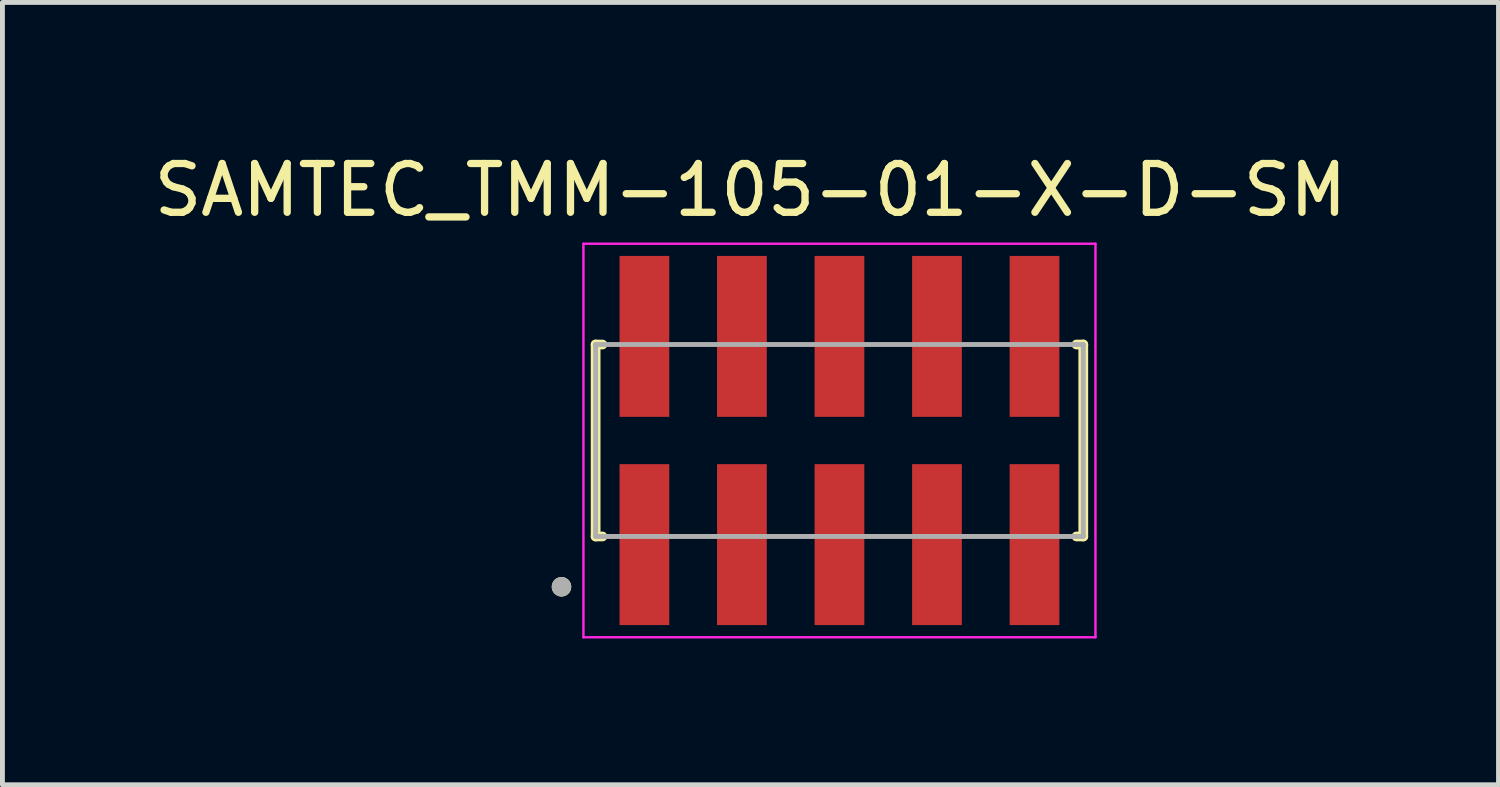
<source format=kicad_pcb>
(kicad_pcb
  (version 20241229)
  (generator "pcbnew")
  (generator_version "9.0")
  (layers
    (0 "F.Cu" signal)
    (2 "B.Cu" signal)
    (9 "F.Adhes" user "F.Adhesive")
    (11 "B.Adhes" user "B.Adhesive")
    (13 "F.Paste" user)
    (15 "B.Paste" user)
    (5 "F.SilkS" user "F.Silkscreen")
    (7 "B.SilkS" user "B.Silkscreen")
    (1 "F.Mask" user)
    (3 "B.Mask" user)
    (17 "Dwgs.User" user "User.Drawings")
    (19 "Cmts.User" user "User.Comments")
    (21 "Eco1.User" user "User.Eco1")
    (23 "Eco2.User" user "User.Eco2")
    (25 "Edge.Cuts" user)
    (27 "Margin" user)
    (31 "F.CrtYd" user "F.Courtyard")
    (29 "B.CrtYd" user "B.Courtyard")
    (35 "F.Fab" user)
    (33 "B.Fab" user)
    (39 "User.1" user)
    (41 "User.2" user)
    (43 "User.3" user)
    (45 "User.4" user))
  (footprint "SAMTEC_TMM-105-01-X-D-SM"
    (layer "F.Cu")
    (at 14.164 5.983)
    (property "Reference" "SAMTEC_TMM-105-01-X-D-SM" (at -1.825 -5.135 0) (layer "F.SilkS") (effects (font (size 1 1) (thickness 0.15))))
    (attr smd)
    (fp_line (start -5 -1.968) (end -5 1.968) (stroke (width 0.2) (type solid)) (layer "F.SilkS"))
    (fp_line (start -5 1.968) (end -4.86 1.968) (stroke (width 0.2) (type solid)) (layer "F.SilkS"))
    (fp_line (start -4.86 -1.968) (end -5 -1.968) (stroke (width 0.2) (type solid)) (layer "F.SilkS"))
    (fp_line (start 4.86 -1.968) (end 5 -1.968) (stroke (width 0.2) (type solid)) (layer "F.SilkS"))
    (fp_line (start 5 -1.968) (end 5 1.968) (stroke (width 0.2) (type solid)) (layer "F.SilkS"))
    (fp_line (start 5 1.968) (end 4.86 1.968) (stroke (width 0.2) (type solid)) (layer "F.SilkS"))
    (fp_circle (center -5.7 3) (end -5.6 3) (stroke (width 0.2) (type solid)) (fill no) (layer "F.SilkS"))
    (fp_line (start -5.25 -4.035) (end 5.25 -4.035) (stroke (width 0.05) (type solid)) (layer "F.CrtYd"))
    (fp_line (start -5.25 4.035) (end -5.25 -4.035) (stroke (width 0.05) (type solid)) (layer "F.CrtYd"))
    (fp_line (start 5.25 -4.035) (end 5.25 4.035) (stroke (width 0.05) (type solid)) (layer "F.CrtYd"))
    (fp_line (start 5.25 4.035) (end -5.25 4.035) (stroke (width 0.05) (type solid)) (layer "F.CrtYd"))
    (fp_line (start -5 -1.968) (end 5 -1.968) (stroke (width 0.1) (type solid)) (layer "F.Fab"))
    (fp_line (start -5 1.968) (end -5 -1.968) (stroke (width 0.1) (type solid)) (layer "F.Fab"))
    (fp_line (start 5 -1.968) (end 5 1.968) (stroke (width 0.1) (type solid)) (layer "F.Fab"))
    (fp_line (start 5 1.968) (end -5 1.968) (stroke (width 0.1) (type solid)) (layer "F.Fab"))
    (fp_circle (center -5.7 3) (end -5.6 3) (stroke (width 0.2) (type solid)) (fill no) (layer "F.Fab"))
    (pad "1" smd rect (at -4 2.135) (size 1.02 3.3) (layers "F.Cu" "F.Mask" "F.Paste"))
    (pad "2" smd rect (at -4 -2.135) (size 1.02 3.3) (layers "F.Cu" "F.Mask" "F.Paste"))
    (pad "3" smd rect (at -2 2.135) (size 1.02 3.3) (layers "F.Cu" "F.Mask" "F.Paste"))
    (pad "4" smd rect (at -2 -2.135) (size 1.02 3.3) (layers "F.Cu" "F.Mask" "F.Paste"))
    (pad "5" smd rect (at 0 2.135) (size 1.02 3.3) (layers "F.Cu" "F.Mask" "F.Paste"))
    (pad "6" smd rect (at 0 -2.135) (size 1.02 3.3) (layers "F.Cu" "F.Mask" "F.Paste"))
    (pad "7" smd rect (at 2 2.135) (size 1.02 3.3) (layers "F.Cu" "F.Mask" "F.Paste"))
    (pad "8" smd rect (at 2 -2.135) (size 1.02 3.3) (layers "F.Cu" "F.Mask" "F.Paste"))
    (pad "9" smd rect (at 4 2.135) (size 1.02 3.3) (layers "F.Cu" "F.Mask" "F.Paste"))
    (pad "10" smd rect (at 4 -2.135) (size 1.02 3.3) (layers "F.Cu" "F.Mask" "F.Paste")))
  (gr_rect
    (start -3 -3)
    (end 27.679 13.043)
    (stroke (width 0.1) (type default))
    (fill no)
    (layer "Edge.Cuts")))
</source>
